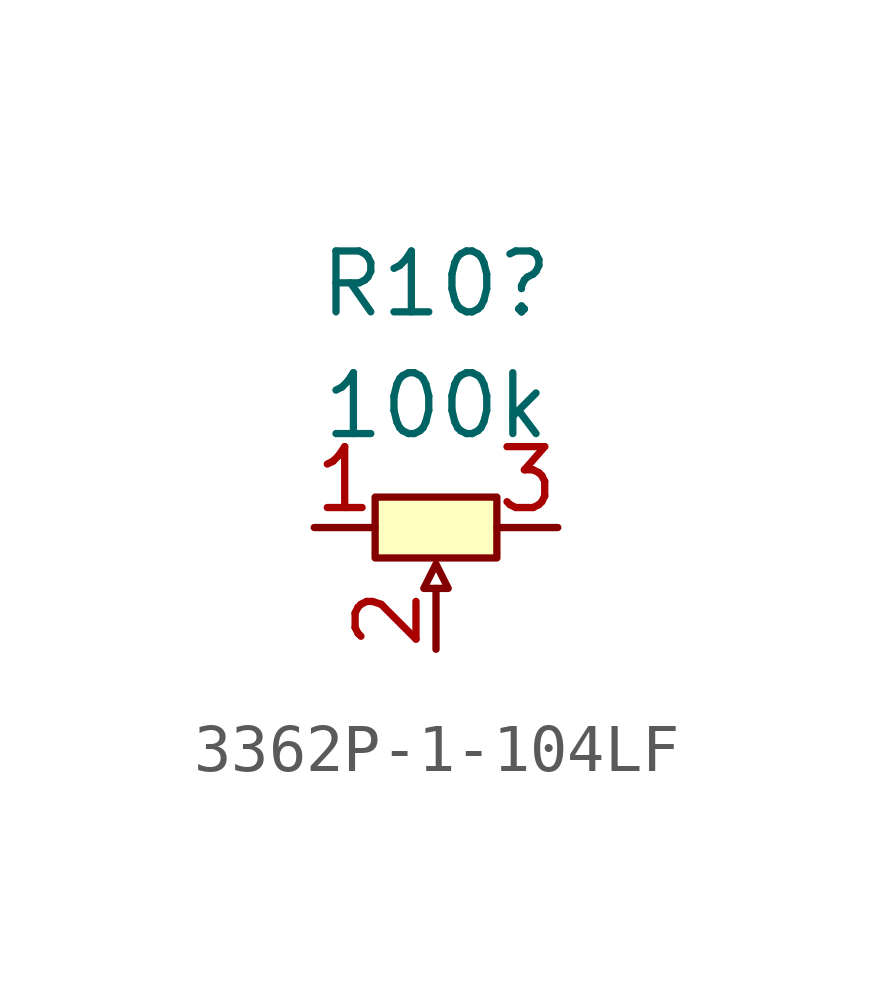
<source format=kicad_sym>
(kicad_symbol_lib
  (version 20220914)
  (generator kicad_symbol_editor)
  (symbol "3362P-1-104LF"
    (pin_names
      (offset 0) hide)
    (property "Reference" "R10"
      (at 0 5.08 0)
      (effects (font (size 1.27 1.27))))
    (property "Value" "100k"
      (at 0 2.54 0)
      (effects (font (size 1.27 1.27))))
    (symbol "3362P-1-104LF_0_1"
      (rectangle (start -1.27 0.635) (end 1.27 -0.635) (stroke (width 0) (type solid)) (fill (type background)))
      (polyline (pts (xy -0.254 -1.27) (xy 0.254 -1.27) (xy 0 -0.762) (xy -0.254 -1.27)) (stroke (width 0) (type default)) (fill (type none))))
    (symbol "3362P-1-104LF_1_1"
      (pin bidirectional line (at -2.54 0 0) (length 1.27) (name "~" (effects (font (size 1.27 1.27)))) (number "1" (effects (font (size 1.27 1.27)))))
      (pin bidirectional line (at 0 -2.54 90) (length 1.27) (name "~" (effects (font (size 1.27 1.27)))) (number "2" (effects (font (size 1.27 1.27)))))
      (pin bidirectional line (at 2.54 0 180) (length 1.27) (name "~" (effects (font (size 1.27 1.27)))) (number "3" (effects (font (size 1.27 1.27))))))))
</source>
